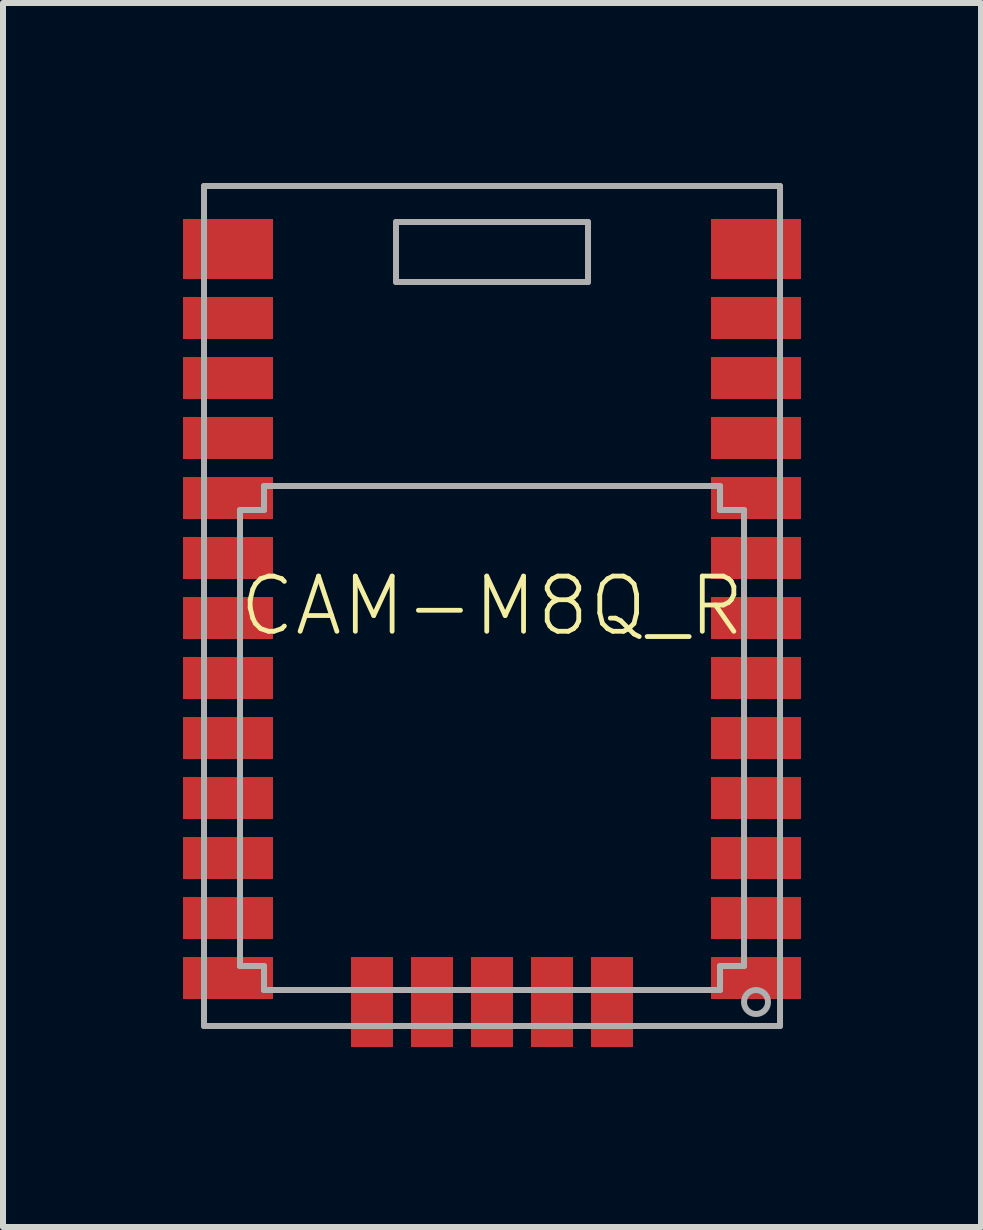
<source format=kicad_pcb>
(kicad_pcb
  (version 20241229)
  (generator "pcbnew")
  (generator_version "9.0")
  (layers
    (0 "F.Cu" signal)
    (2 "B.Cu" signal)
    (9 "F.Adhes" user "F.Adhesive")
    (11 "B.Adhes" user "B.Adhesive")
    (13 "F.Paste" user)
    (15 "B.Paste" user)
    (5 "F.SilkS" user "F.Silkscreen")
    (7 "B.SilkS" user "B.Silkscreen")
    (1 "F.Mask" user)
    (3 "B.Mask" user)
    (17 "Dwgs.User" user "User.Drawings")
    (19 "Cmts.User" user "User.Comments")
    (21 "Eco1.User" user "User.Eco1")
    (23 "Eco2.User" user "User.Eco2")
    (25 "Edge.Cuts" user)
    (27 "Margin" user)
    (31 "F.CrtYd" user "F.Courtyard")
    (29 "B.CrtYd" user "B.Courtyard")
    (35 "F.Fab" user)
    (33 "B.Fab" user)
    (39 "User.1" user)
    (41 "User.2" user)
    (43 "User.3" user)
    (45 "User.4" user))
  (footprint "CAM-M8Q_R"
    (layer "F.Cu")
    (at 5.15 7.05)
    (property "Reference" "CAM-M8Q_R" (at 0 0 0) (unlocked yes) (layer "F.SilkS") (effects (font (size 0.92 0.92) (thickness 0.08))))
    (fp_line (start -4.8 -7) (end 4.8 -7) (stroke (width 0.1) (type solid)) (layer "F.Fab"))
    (fp_line (start -4.8 7) (end -4.8 -7) (stroke (width 0.1) (type solid)) (layer "F.Fab"))
    (fp_line (start -4.2 6) (end -4.2 -1.6) (stroke (width 0.1) (type solid)) (layer "F.Fab"))
    (fp_line (start -4.2 6) (end -3.8 6) (stroke (width 0.1) (type solid)) (layer "F.Fab"))
    (fp_line (start -3.8 -2) (end -3.8 -1.6) (stroke (width 0.1) (type solid)) (layer "F.Fab"))
    (fp_line (start -3.8 -2) (end 3.8 -2) (stroke (width 0.1) (type solid)) (layer "F.Fab"))
    (fp_line (start -3.8 -1.6) (end -4.2 -1.6) (stroke (width 0.1) (type solid)) (layer "F.Fab"))
    (fp_line (start -3.8 6) (end -3.8 6.4) (stroke (width 0.1) (type solid)) (layer "F.Fab"))
    (fp_line (start -3.8 6.4) (end 3.8 6.4) (stroke (width 0.1) (type solid)) (layer "F.Fab"))
    (fp_line (start -1.6 -6.4) (end 1.6 -6.4) (stroke (width 0.1) (type solid)) (layer "F.Fab"))
    (fp_line (start -1.6 -5.4) (end -1.6 -6.4) (stroke (width 0.1) (type solid)) (layer "F.Fab"))
    (fp_line (start 1.6 -6.4) (end 1.6 -5.4) (stroke (width 0.1) (type solid)) (layer "F.Fab"))
    (fp_line (start 1.6 -5.4) (end -1.6 -5.4) (stroke (width 0.1) (type solid)) (layer "F.Fab"))
    (fp_line (start 3.8 -2) (end 3.8 -1.6) (stroke (width 0.1) (type solid)) (layer "F.Fab"))
    (fp_line (start 3.8 -1.6) (end 4.2 -1.6) (stroke (width 0.1) (type solid)) (layer "F.Fab"))
    (fp_line (start 3.8 6) (end 4.2 6) (stroke (width 0.1) (type solid)) (layer "F.Fab"))
    (fp_line (start 3.8 6.4) (end 3.8 6) (stroke (width 0.1) (type solid)) (layer "F.Fab"))
    (fp_line (start 4.2 -1.6) (end 4.2 6) (stroke (width 0.1) (type solid)) (layer "F.Fab"))
    (fp_line (start 4.8 -7) (end 4.8 7) (stroke (width 0.1) (type solid)) (layer "F.Fab"))
    (fp_line (start 4.8 7) (end -4.8 7) (stroke (width 0.1) (type solid)) (layer "F.Fab"))
    (fp_circle (center 4.4 6.6) (end 4.6 6.6) (stroke (width 0.1) (type solid)) (fill no) (layer "F.Fab"))
    (pad "1" smd rect (at 4.4 6.2 180) (size 1.5 0.7) (layers "F.Cu" "F.Mask" "F.Paste"))
    (pad "2" smd rect (at 4.4 5.2 180) (size 1.5 0.7) (layers "F.Cu" "F.Mask" "F.Paste"))
    (pad "3" smd rect (at 4.4 4.2 180) (size 1.5 0.7) (layers "F.Cu" "F.Mask" "F.Paste"))
    (pad "4" smd rect (at 4.4 3.2 180) (size 1.5 0.7) (layers "F.Cu" "F.Mask" "F.Paste"))
    (pad "5" smd rect (at 4.4 2.2 180) (size 1.5 0.7) (layers "F.Cu" "F.Mask" "F.Paste"))
    (pad "6" smd rect (at 4.4 1.2 180) (size 1.5 0.7) (layers "F.Cu" "F.Mask" "F.Paste"))
    (pad "7" smd rect (at 4.4 0.2 180) (size 1.5 0.7) (layers "F.Cu" "F.Mask" "F.Paste"))
    (pad "8" smd rect (at 4.4 -0.8 180) (size 1.5 0.7) (layers "F.Cu" "F.Mask" "F.Paste"))
    (pad "9" smd rect (at 4.4 -1.8 180) (size 1.5 0.7) (layers "F.Cu" "F.Mask" "F.Paste"))
    (pad "10" smd rect (at 4.4 -2.8 180) (size 1.5 0.7) (layers "F.Cu" "F.Mask" "F.Paste"))
    (pad "11" smd rect (at 4.4 -3.8 180) (size 1.5 0.7) (layers "F.Cu" "F.Mask" "F.Paste"))
    (pad "12" smd rect (at 4.4 -4.8 180) (size 1.5 0.7) (layers "F.Cu" "F.Mask" "F.Paste"))
    (pad "13" smd rect (at 4.4 -5.95 180) (size 1.5 1) (layers "F.Cu" "F.Mask" "F.Paste"))
    (pad "14" smd rect (at -4.4 -5.95) (size 1.5 1) (layers "F.Cu" "F.Mask" "F.Paste"))
    (pad "15" smd rect (at -4.4 -4.8) (size 1.5 0.7) (layers "F.Cu" "F.Mask" "F.Paste"))
    (pad "16" smd rect (at -4.4 -3.8) (size 1.5 0.7) (layers "F.Cu" "F.Mask" "F.Paste"))
    (pad "17" smd rect (at -4.4 -2.8) (size 1.5 0.7) (layers "F.Cu" "F.Mask" "F.Paste"))
    (pad "18" smd rect (at -4.4 -1.8) (size 1.5 0.7) (layers "F.Cu" "F.Mask" "F.Paste"))
    (pad "19" smd rect (at -4.4 -0.8) (size 1.5 0.7) (layers "F.Cu" "F.Mask" "F.Paste"))
    (pad "20" smd rect (at -4.4 0.2) (size 1.5 0.7) (layers "F.Cu" "F.Mask" "F.Paste"))
    (pad "21" smd rect (at -4.4 1.2) (size 1.5 0.7) (layers "F.Cu" "F.Mask" "F.Paste"))
    (pad "22" smd rect (at -4.4 2.2) (size 1.5 0.7) (layers "F.Cu" "F.Mask" "F.Paste"))
    (pad "23" smd rect (at -4.4 3.2) (size 1.5 0.7) (layers "F.Cu" "F.Mask" "F.Paste"))
    (pad "24" smd rect (at -4.4 4.2) (size 1.5 0.7) (layers "F.Cu" "F.Mask" "F.Paste"))
    (pad "25" smd rect (at -4.4 5.2) (size 1.5 0.7) (layers "F.Cu" "F.Mask" "F.Paste"))
    (pad "26" smd rect (at -4.4 6.2) (size 1.5 0.7) (layers "F.Cu" "F.Mask" "F.Paste"))
    (pad "27" smd rect (at -2 6.6 90) (size 1.5 0.7) (layers "F.Cu" "F.Mask" "F.Paste"))
    (pad "28" smd rect (at -1 6.6 90) (size 1.5 0.7) (layers "F.Cu" "F.Mask" "F.Paste"))
    (pad "29" smd rect (at 0 6.6 90) (size 1.5 0.7) (layers "F.Cu" "F.Mask" "F.Paste"))
    (pad "30" smd rect (at 1 6.6 90) (size 1.5 0.7) (layers "F.Cu" "F.Mask" "F.Paste"))
    (pad "31" smd rect (at 2 6.6 90) (size 1.5 0.7) (layers "F.Cu" "F.Mask" "F.Paste")))
  (gr_rect
    (start -3 -3)
    (end 13.3 17.4)
    (stroke (width 0.1) (type default))
    (fill no)
    (layer "Edge.Cuts")))
</source>
